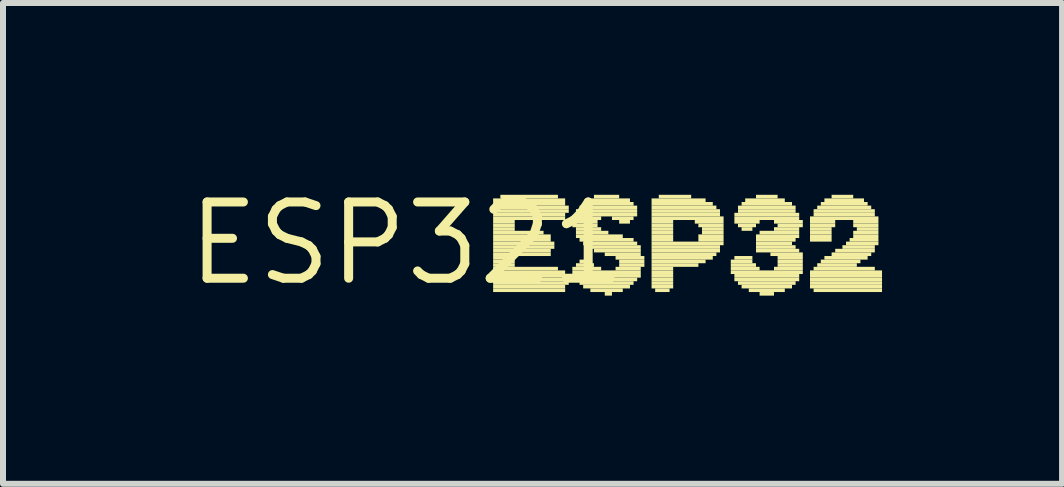
<source format=kicad_pcb>
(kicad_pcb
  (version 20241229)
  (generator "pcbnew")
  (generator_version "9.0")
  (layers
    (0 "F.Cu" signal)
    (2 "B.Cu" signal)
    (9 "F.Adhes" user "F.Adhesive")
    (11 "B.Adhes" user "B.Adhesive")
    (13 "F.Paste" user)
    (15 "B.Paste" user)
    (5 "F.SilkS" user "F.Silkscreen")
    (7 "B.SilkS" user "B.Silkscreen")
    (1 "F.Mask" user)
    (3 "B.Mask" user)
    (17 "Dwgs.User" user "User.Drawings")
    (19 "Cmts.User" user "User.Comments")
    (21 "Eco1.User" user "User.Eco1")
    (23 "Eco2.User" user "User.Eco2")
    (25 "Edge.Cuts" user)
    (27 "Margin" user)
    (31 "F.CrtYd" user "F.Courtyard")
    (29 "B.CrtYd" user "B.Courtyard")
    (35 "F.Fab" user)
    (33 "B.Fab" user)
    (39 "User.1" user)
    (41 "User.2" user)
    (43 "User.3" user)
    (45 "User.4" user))
  (footprint "ESP321"
    (layer "F.Cu")
    (at 3.727 1.006)
    (property "Reference" "ESP321" (at 0 0 0) (layer "F.SilkS") (effects (font (size 1.27 1.27) (thickness 0.15))))
    (attr through_hole)
    (fp_poly (pts (xy 1.44 -0.69) (xy 2.64 -0.69) (xy 2.64 -0.75) (xy 1.44 -0.75)) (stroke (width 0) (type solid)) (fill yes) (layer "F.SilkS"))
    (fp_poly (pts (xy 1.44 -0.63) (xy 2.64 -0.63) (xy 2.64 -0.69) (xy 1.44 -0.69)) (stroke (width 0) (type solid)) (fill yes) (layer "F.SilkS"))
    (fp_poly (pts (xy 1.44 -0.57) (xy 2.7 -0.57) (xy 2.7 -0.63) (xy 1.44 -0.63)) (stroke (width 0) (type solid)) (fill yes) (layer "F.SilkS"))
    (fp_poly (pts (xy 1.44 -0.51) (xy 2.7 -0.51) (xy 2.7 -0.57) (xy 1.44 -0.57)) (stroke (width 0) (type solid)) (fill yes) (layer "F.SilkS"))
    (fp_poly (pts (xy 1.44 -0.45) (xy 2.64 -0.45) (xy 2.64 -0.51) (xy 1.44 -0.51)) (stroke (width 0) (type solid)) (fill yes) (layer "F.SilkS"))
    (fp_poly (pts (xy 1.44 -0.39) (xy 2.64 -0.39) (xy 2.64 -0.45) (xy 1.44 -0.45)) (stroke (width 0) (type solid)) (fill yes) (layer "F.SilkS"))
    (fp_poly (pts (xy 1.44 -0.33) (xy 1.8 -0.33) (xy 1.8 -0.39) (xy 1.44 -0.39)) (stroke (width 0) (type solid)) (fill yes) (layer "F.SilkS"))
    (fp_poly (pts (xy 1.44 -0.27) (xy 1.8 -0.27) (xy 1.8 -0.33) (xy 1.44 -0.33)) (stroke (width 0) (type solid)) (fill yes) (layer "F.SilkS"))
    (fp_poly (pts (xy 1.44 -0.21) (xy 1.8 -0.21) (xy 1.8 -0.27) (xy 1.44 -0.27)) (stroke (width 0) (type solid)) (fill yes) (layer "F.SilkS"))
    (fp_poly (pts (xy 1.44 -0.15) (xy 2.28 -0.15) (xy 2.28 -0.21) (xy 1.44 -0.21)) (stroke (width 0) (type solid)) (fill yes) (layer "F.SilkS"))
    (fp_poly (pts (xy 1.44 -0.09) (xy 2.4 -0.09) (xy 2.4 -0.15) (xy 1.44 -0.15)) (stroke (width 0) (type solid)) (fill yes) (layer "F.SilkS"))
    (fp_poly (pts (xy 1.44 -0.03) (xy 2.4 -0.03) (xy 2.4 -0.09) (xy 1.44 -0.09)) (stroke (width 0) (type solid)) (fill yes) (layer "F.SilkS"))
    (fp_poly (pts (xy 1.44 0.03) (xy 2.46 0.03) (xy 2.46 -0.03) (xy 1.44 -0.03)) (stroke (width 0) (type solid)) (fill yes) (layer "F.SilkS"))
    (fp_poly (pts (xy 1.44 0.09) (xy 2.46 0.09) (xy 2.46 0.03) (xy 1.44 0.03)) (stroke (width 0) (type solid)) (fill yes) (layer "F.SilkS"))
    (fp_poly (pts (xy 1.44 0.15) (xy 2.4 0.15) (xy 2.4 0.09) (xy 1.44 0.09)) (stroke (width 0) (type solid)) (fill yes) (layer "F.SilkS"))
    (fp_poly (pts (xy 1.44 0.21) (xy 2.4 0.21) (xy 2.4 0.15) (xy 1.44 0.15)) (stroke (width 0) (type solid)) (fill yes) (layer "F.SilkS"))
    (fp_poly (pts (xy 1.44 0.27) (xy 1.8 0.27) (xy 1.8 0.21) (xy 1.44 0.21)) (stroke (width 0) (type solid)) (fill yes) (layer "F.SilkS"))
    (fp_poly (pts (xy 1.44 0.33) (xy 1.8 0.33) (xy 1.8 0.27) (xy 1.44 0.27)) (stroke (width 0) (type solid)) (fill yes) (layer "F.SilkS"))
    (fp_poly (pts (xy 1.44 0.39) (xy 1.8 0.39) (xy 1.8 0.33) (xy 1.44 0.33)) (stroke (width 0) (type solid)) (fill yes) (layer "F.SilkS"))
    (fp_poly (pts (xy 1.44 0.45) (xy 2.52 0.45) (xy 2.52 0.39) (xy 1.44 0.39)) (stroke (width 0) (type solid)) (fill yes) (layer "F.SilkS"))
    (fp_poly (pts (xy 1.44 0.51) (xy 2.64 0.51) (xy 2.64 0.45) (xy 1.44 0.45)) (stroke (width 0) (type solid)) (fill yes) (layer "F.SilkS"))
    (fp_poly (pts (xy 1.44 0.57) (xy 2.64 0.57) (xy 2.64 0.51) (xy 1.44 0.51)) (stroke (width 0) (type solid)) (fill yes) (layer "F.SilkS"))
    (fp_poly (pts (xy 1.44 0.63) (xy 2.7 0.63) (xy 2.7 0.57) (xy 1.44 0.57)) (stroke (width 0) (type solid)) (fill yes) (layer "F.SilkS"))
    (fp_poly (pts (xy 1.44 0.69) (xy 2.7 0.69) (xy 2.7 0.63) (xy 1.44 0.63)) (stroke (width 0) (type solid)) (fill yes) (layer "F.SilkS"))
    (fp_poly (pts (xy 1.44 0.75) (xy 2.64 0.75) (xy 2.64 0.69) (xy 1.44 0.69)) (stroke (width 0) (type solid)) (fill yes) (layer "F.SilkS"))
    (fp_poly (pts (xy 1.44 0.81) (xy 2.64 0.81) (xy 2.64 0.75) (xy 1.44 0.75)) (stroke (width 0) (type solid)) (fill yes) (layer "F.SilkS"))
    (fp_poly (pts (xy 1.56 -0.75) (xy 2.52 -0.75) (xy 2.52 -0.81) (xy 1.56 -0.81)) (stroke (width 0) (type solid)) (fill yes) (layer "F.SilkS"))
    (fp_poly (pts (xy 2.76 -0.27) (xy 3.18 -0.27) (xy 3.18 -0.33) (xy 2.76 -0.33)) (stroke (width 0) (type solid)) (fill yes) (layer "F.SilkS"))
    (fp_poly (pts (xy 2.76 0.45) (xy 3.24 0.45) (xy 3.24 0.39) (xy 2.76 0.39)) (stroke (width 0) (type solid)) (fill yes) (layer "F.SilkS"))
    (fp_poly (pts (xy 2.76 0.51) (xy 3.9 0.51) (xy 3.9 0.45) (xy 2.76 0.45)) (stroke (width 0) (type solid)) (fill yes) (layer "F.SilkS"))
    (fp_poly (pts (xy 2.76 0.57) (xy 3.9 0.57) (xy 3.9 0.51) (xy 2.76 0.51)) (stroke (width 0) (type solid)) (fill yes) (layer "F.SilkS"))
    (fp_poly (pts (xy 2.82 -0.51) (xy 3.84 -0.51) (xy 3.84 -0.57) (xy 2.82 -0.57)) (stroke (width 0) (type solid)) (fill yes) (layer "F.SilkS"))
    (fp_poly (pts (xy 2.82 -0.45) (xy 3.84 -0.45) (xy 3.84 -0.51) (xy 2.82 -0.51)) (stroke (width 0) (type solid)) (fill yes) (layer "F.SilkS"))
    (fp_poly (pts (xy 2.82 -0.39) (xy 3.24 -0.39) (xy 3.24 -0.45) (xy 2.82 -0.45)) (stroke (width 0) (type solid)) (fill yes) (layer "F.SilkS"))
    (fp_poly (pts (xy 2.82 -0.33) (xy 3.18 -0.33) (xy 3.18 -0.39) (xy 2.82 -0.39)) (stroke (width 0) (type solid)) (fill yes) (layer "F.SilkS"))
    (fp_poly (pts (xy 2.82 -0.21) (xy 3.24 -0.21) (xy 3.24 -0.27) (xy 2.82 -0.27)) (stroke (width 0) (type solid)) (fill yes) (layer "F.SilkS"))
    (fp_poly (pts (xy 2.82 -0.15) (xy 3.36 -0.15) (xy 3.36 -0.21) (xy 2.82 -0.21)) (stroke (width 0) (type solid)) (fill yes) (layer "F.SilkS"))
    (fp_poly (pts (xy 2.82 -0.09) (xy 3.6 -0.09) (xy 3.6 -0.15) (xy 2.82 -0.15)) (stroke (width 0) (type solid)) (fill yes) (layer "F.SilkS"))
    (fp_poly (pts (xy 2.82 0.39) (xy 3.12 0.39) (xy 3.12 0.33) (xy 2.82 0.33)) (stroke (width 0) (type solid)) (fill yes) (layer "F.SilkS"))
    (fp_poly (pts (xy 2.82 0.63) (xy 3.84 0.63) (xy 3.84 0.57) (xy 2.82 0.57)) (stroke (width 0) (type solid)) (fill yes) (layer "F.SilkS"))
    (fp_poly (pts (xy 2.88 -0.57) (xy 3.84 -0.57) (xy 3.84 -0.63) (xy 2.88 -0.63)) (stroke (width 0) (type solid)) (fill yes) (layer "F.SilkS"))
    (fp_poly (pts (xy 2.88 -0.03) (xy 3.78 -0.03) (xy 3.78 -0.09) (xy 2.88 -0.09)) (stroke (width 0) (type solid)) (fill yes) (layer "F.SilkS"))
    (fp_poly (pts (xy 2.88 0.33) (xy 3.06 0.33) (xy 3.06 0.27) (xy 2.88 0.27)) (stroke (width 0) (type solid)) (fill yes) (layer "F.SilkS"))
    (fp_poly (pts (xy 2.88 0.69) (xy 3.78 0.69) (xy 3.78 0.63) (xy 2.88 0.63)) (stroke (width 0) (type solid)) (fill yes) (layer "F.SilkS"))
    (fp_poly (pts (xy 2.94 -0.63) (xy 3.78 -0.63) (xy 3.78 -0.69) (xy 2.94 -0.69)) (stroke (width 0) (type solid)) (fill yes) (layer "F.SilkS"))
    (fp_poly (pts (xy 2.94 0.03) (xy 3.84 0.03) (xy 3.84 -0.03) (xy 2.94 -0.03)) (stroke (width 0) (type solid)) (fill yes) (layer "F.SilkS"))
    (fp_poly (pts (xy 2.94 0.75) (xy 3.72 0.75) (xy 3.72 0.69) (xy 2.94 0.69)) (stroke (width 0) (type solid)) (fill yes) (layer "F.SilkS"))
    (fp_poly (pts (xy 3 -0.69) (xy 3.72 -0.69) (xy 3.72 -0.75) (xy 3 -0.75)) (stroke (width 0) (type solid)) (fill yes) (layer "F.SilkS"))
    (fp_poly (pts (xy 3 0.09) (xy 3.9 0.09) (xy 3.9 0.03) (xy 3 0.03)) (stroke (width 0) (type solid)) (fill yes) (layer "F.SilkS"))
    (fp_poly (pts (xy 3.06 0.81) (xy 3.6 0.81) (xy 3.6 0.75) (xy 3.06 0.75)) (stroke (width 0) (type solid)) (fill yes) (layer "F.SilkS"))
    (fp_poly (pts (xy 3.12 -0.75) (xy 3.54 -0.75) (xy 3.54 -0.81) (xy 3.12 -0.81)) (stroke (width 0) (type solid)) (fill yes) (layer "F.SilkS"))
    (fp_poly (pts (xy 3.12 0.15) (xy 3.9 0.15) (xy 3.9 0.09) (xy 3.12 0.09)) (stroke (width 0) (type solid)) (fill yes) (layer "F.SilkS"))
    (fp_poly (pts (xy 3.3 0.21) (xy 3.9 0.21) (xy 3.9 0.15) (xy 3.3 0.15)) (stroke (width 0) (type solid)) (fill yes) (layer "F.SilkS"))
    (fp_poly (pts (xy 3.3 0.87) (xy 3.42 0.87) (xy 3.42 0.81) (xy 3.3 0.81)) (stroke (width 0) (type solid)) (fill yes) (layer "F.SilkS"))
    (fp_poly (pts (xy 3.42 -0.39) (xy 3.78 -0.39) (xy 3.78 -0.45) (xy 3.42 -0.45)) (stroke (width 0) (type solid)) (fill yes) (layer "F.SilkS"))
    (fp_poly (pts (xy 3.48 0.27) (xy 3.96 0.27) (xy 3.96 0.21) (xy 3.48 0.21)) (stroke (width 0) (type solid)) (fill yes) (layer "F.SilkS"))
    (fp_poly (pts (xy 3.48 0.45) (xy 3.9 0.45) (xy 3.9 0.39) (xy 3.48 0.39)) (stroke (width 0) (type solid)) (fill yes) (layer "F.SilkS"))
    (fp_poly (pts (xy 3.54 -0.33) (xy 3.72 -0.33) (xy 3.72 -0.39) (xy 3.54 -0.39)) (stroke (width 0) (type solid)) (fill yes) (layer "F.SilkS"))
    (fp_poly (pts (xy 3.54 0.33) (xy 3.96 0.33) (xy 3.96 0.27) (xy 3.54 0.27)) (stroke (width 0) (type solid)) (fill yes) (layer "F.SilkS"))
    (fp_poly (pts (xy 3.54 0.39) (xy 3.96 0.39) (xy 3.96 0.33) (xy 3.54 0.33)) (stroke (width 0) (type solid)) (fill yes) (layer "F.SilkS"))
    (fp_poly (pts (xy 4.08 -0.69) (xy 4.98 -0.69) (xy 4.98 -0.75) (xy 4.08 -0.75)) (stroke (width 0) (type solid)) (fill yes) (layer "F.SilkS"))
    (fp_poly (pts (xy 4.08 -0.63) (xy 5.1 -0.63) (xy 5.1 -0.69) (xy 4.08 -0.69)) (stroke (width 0) (type solid)) (fill yes) (layer "F.SilkS"))
    (fp_poly (pts (xy 4.08 -0.57) (xy 5.16 -0.57) (xy 5.16 -0.63) (xy 4.08 -0.63)) (stroke (width 0) (type solid)) (fill yes) (layer "F.SilkS"))
    (fp_poly (pts (xy 4.08 -0.51) (xy 5.22 -0.51) (xy 5.22 -0.57) (xy 4.08 -0.57)) (stroke (width 0) (type solid)) (fill yes) (layer "F.SilkS"))
    (fp_poly (pts (xy 4.08 -0.45) (xy 5.22 -0.45) (xy 5.22 -0.51) (xy 4.08 -0.51)) (stroke (width 0) (type solid)) (fill yes) (layer "F.SilkS"))
    (fp_poly (pts (xy 4.08 -0.39) (xy 5.28 -0.39) (xy 5.28 -0.45) (xy 4.08 -0.45)) (stroke (width 0) (type solid)) (fill yes) (layer "F.SilkS"))
    (fp_poly (pts (xy 4.08 -0.33) (xy 4.44 -0.33) (xy 4.44 -0.39) (xy 4.08 -0.39)) (stroke (width 0) (type solid)) (fill yes) (layer "F.SilkS"))
    (fp_poly (pts (xy 4.08 -0.27) (xy 4.44 -0.27) (xy 4.44 -0.33) (xy 4.08 -0.33)) (stroke (width 0) (type solid)) (fill yes) (layer "F.SilkS"))
    (fp_poly (pts (xy 4.08 -0.21) (xy 4.44 -0.21) (xy 4.44 -0.27) (xy 4.08 -0.27)) (stroke (width 0) (type solid)) (fill yes) (layer "F.SilkS"))
    (fp_poly (pts (xy 4.08 -0.15) (xy 4.44 -0.15) (xy 4.44 -0.21) (xy 4.08 -0.21)) (stroke (width 0) (type solid)) (fill yes) (layer "F.SilkS"))
    (fp_poly (pts (xy 4.08 -0.09) (xy 4.44 -0.09) (xy 4.44 -0.15) (xy 4.08 -0.15)) (stroke (width 0) (type solid)) (fill yes) (layer "F.SilkS"))
    (fp_poly (pts (xy 4.08 -0.03) (xy 4.44 -0.03) (xy 4.44 -0.09) (xy 4.08 -0.09)) (stroke (width 0) (type solid)) (fill yes) (layer "F.SilkS"))
    (fp_poly (pts (xy 4.08 0.03) (xy 5.28 0.03) (xy 5.28 -0.03) (xy 4.08 -0.03)) (stroke (width 0) (type solid)) (fill yes) (layer "F.SilkS"))
    (fp_poly (pts (xy 4.08 0.09) (xy 5.22 0.09) (xy 5.22 0.03) (xy 4.08 0.03)) (stroke (width 0) (type solid)) (fill yes) (layer "F.SilkS"))
    (fp_poly (pts (xy 4.08 0.15) (xy 5.22 0.15) (xy 5.22 0.09) (xy 4.08 0.09)) (stroke (width 0) (type solid)) (fill yes) (layer "F.SilkS"))
    (fp_poly (pts (xy 4.08 0.21) (xy 5.16 0.21) (xy 5.16 0.15) (xy 4.08 0.15)) (stroke (width 0) (type solid)) (fill yes) (layer "F.SilkS"))
    (fp_poly (pts (xy 4.08 0.27) (xy 5.1 0.27) (xy 5.1 0.21) (xy 4.08 0.21)) (stroke (width 0) (type solid)) (fill yes) (layer "F.SilkS"))
    (fp_poly (pts (xy 4.08 0.33) (xy 4.98 0.33) (xy 4.98 0.27) (xy 4.08 0.27)) (stroke (width 0) (type solid)) (fill yes) (layer "F.SilkS"))
    (fp_poly (pts (xy 4.08 0.39) (xy 4.86 0.39) (xy 4.86 0.33) (xy 4.08 0.33)) (stroke (width 0) (type solid)) (fill yes) (layer "F.SilkS"))
    (fp_poly (pts (xy 4.08 0.45) (xy 4.44 0.45) (xy 4.44 0.39) (xy 4.08 0.39)) (stroke (width 0) (type solid)) (fill yes) (layer "F.SilkS"))
    (fp_poly (pts (xy 4.08 0.51) (xy 4.44 0.51) (xy 4.44 0.45) (xy 4.08 0.45)) (stroke (width 0) (type solid)) (fill yes) (layer "F.SilkS"))
    (fp_poly (pts (xy 4.08 0.57) (xy 4.44 0.57) (xy 4.44 0.51) (xy 4.08 0.51)) (stroke (width 0) (type solid)) (fill yes) (layer "F.SilkS"))
    (fp_poly (pts (xy 4.08 0.63) (xy 4.44 0.63) (xy 4.44 0.57) (xy 4.08 0.57)) (stroke (width 0) (type solid)) (fill yes) (layer "F.SilkS"))
    (fp_poly (pts (xy 4.08 0.69) (xy 4.44 0.69) (xy 4.44 0.63) (xy 4.08 0.63)) (stroke (width 0) (type solid)) (fill yes) (layer "F.SilkS"))
    (fp_poly (pts (xy 4.08 0.75) (xy 4.44 0.75) (xy 4.44 0.69) (xy 4.08 0.69)) (stroke (width 0) (type solid)) (fill yes) (layer "F.SilkS"))
    (fp_poly (pts (xy 4.14 0.81) (xy 4.38 0.81) (xy 4.38 0.75) (xy 4.14 0.75)) (stroke (width 0) (type solid)) (fill yes) (layer "F.SilkS"))
    (fp_poly (pts (xy 4.2 -0.75) (xy 4.74 -0.75) (xy 4.74 -0.81) (xy 4.2 -0.81)) (stroke (width 0) (type solid)) (fill yes) (layer "F.SilkS"))
    (fp_poly (pts (xy 4.8 -0.33) (xy 5.28 -0.33) (xy 5.28 -0.39) (xy 4.8 -0.39)) (stroke (width 0) (type solid)) (fill yes) (layer "F.SilkS"))
    (fp_poly (pts (xy 4.86 -0.27) (xy 5.28 -0.27) (xy 5.28 -0.33) (xy 4.86 -0.33)) (stroke (width 0) (type solid)) (fill yes) (layer "F.SilkS"))
    (fp_poly (pts (xy 4.86 -0.09) (xy 5.28 -0.09) (xy 5.28 -0.15) (xy 4.86 -0.15)) (stroke (width 0) (type solid)) (fill yes) (layer "F.SilkS"))
    (fp_poly (pts (xy 4.86 -0.03) (xy 5.28 -0.03) (xy 5.28 -0.09) (xy 4.86 -0.09)) (stroke (width 0) (type solid)) (fill yes) (layer "F.SilkS"))
    (fp_poly (pts (xy 4.92 -0.21) (xy 5.28 -0.21) (xy 5.28 -0.27) (xy 4.92 -0.27)) (stroke (width 0) (type solid)) (fill yes) (layer "F.SilkS"))
    (fp_poly (pts (xy 4.92 -0.15) (xy 5.28 -0.15) (xy 5.28 -0.21) (xy 4.92 -0.21)) (stroke (width 0) (type solid)) (fill yes) (layer "F.SilkS"))
    (fp_poly (pts (xy 5.4 0.33) (xy 5.76 0.33) (xy 5.76 0.27) (xy 5.4 0.27)) (stroke (width 0) (type solid)) (fill yes) (layer "F.SilkS"))
    (fp_poly (pts (xy 5.4 0.39) (xy 5.82 0.39) (xy 5.82 0.33) (xy 5.4 0.33)) (stroke (width 0) (type solid)) (fill yes) (layer "F.SilkS"))
    (fp_poly (pts (xy 5.4 0.45) (xy 5.88 0.45) (xy 5.88 0.39) (xy 5.4 0.39)) (stroke (width 0) (type solid)) (fill yes) (layer "F.SilkS"))
    (fp_poly (pts (xy 5.4 0.51) (xy 6.6 0.51) (xy 6.6 0.45) (xy 5.4 0.45)) (stroke (width 0) (type solid)) (fill yes) (layer "F.SilkS"))
    (fp_poly (pts (xy 5.46 -0.45) (xy 6.54 -0.45) (xy 6.54 -0.51) (xy 5.46 -0.51)) (stroke (width 0) (type solid)) (fill yes) (layer "F.SilkS"))
    (fp_poly (pts (xy 5.46 -0.39) (xy 6.54 -0.39) (xy 6.54 -0.45) (xy 5.46 -0.45)) (stroke (width 0) (type solid)) (fill yes) (layer "F.SilkS"))
    (fp_poly (pts (xy 5.46 -0.33) (xy 5.88 -0.33) (xy 5.88 -0.39) (xy 5.46 -0.39)) (stroke (width 0) (type solid)) (fill yes) (layer "F.SilkS"))
    (fp_poly (pts (xy 5.46 0.27) (xy 5.76 0.27) (xy 5.76 0.21) (xy 5.46 0.21)) (stroke (width 0) (type solid)) (fill yes) (layer "F.SilkS"))
    (fp_poly (pts (xy 5.46 0.57) (xy 6.54 0.57) (xy 6.54 0.51) (xy 5.46 0.51)) (stroke (width 0) (type solid)) (fill yes) (layer "F.SilkS"))
    (fp_poly (pts (xy 5.46 0.63) (xy 6.54 0.63) (xy 6.54 0.57) (xy 5.46 0.57)) (stroke (width 0) (type solid)) (fill yes) (layer "F.SilkS"))
    (fp_poly (pts (xy 5.52 -0.57) (xy 6.48 -0.57) (xy 6.48 -0.63) (xy 5.52 -0.63)) (stroke (width 0) (type solid)) (fill yes) (layer "F.SilkS"))
    (fp_poly (pts (xy 5.52 -0.51) (xy 6.48 -0.51) (xy 6.48 -0.57) (xy 5.52 -0.57)) (stroke (width 0) (type solid)) (fill yes) (layer "F.SilkS"))
    (fp_poly (pts (xy 5.52 -0.27) (xy 5.82 -0.27) (xy 5.82 -0.33) (xy 5.52 -0.33)) (stroke (width 0) (type solid)) (fill yes) (layer "F.SilkS"))
    (fp_poly (pts (xy 5.52 0.69) (xy 6.48 0.69) (xy 6.48 0.63) (xy 5.52 0.63)) (stroke (width 0) (type solid)) (fill yes) (layer "F.SilkS"))
    (fp_poly (pts (xy 5.58 -0.63) (xy 6.42 -0.63) (xy 6.42 -0.69) (xy 5.58 -0.69)) (stroke (width 0) (type solid)) (fill yes) (layer "F.SilkS"))
    (fp_poly (pts (xy 5.58 -0.21) (xy 5.76 -0.21) (xy 5.76 -0.27) (xy 5.58 -0.27)) (stroke (width 0) (type solid)) (fill yes) (layer "F.SilkS"))
    (fp_poly (pts (xy 5.58 0.75) (xy 6.42 0.75) (xy 6.42 0.69) (xy 5.58 0.69)) (stroke (width 0) (type solid)) (fill yes) (layer "F.SilkS"))
    (fp_poly (pts (xy 5.64 -0.69) (xy 6.3 -0.69) (xy 6.3 -0.75) (xy 5.64 -0.75)) (stroke (width 0) (type solid)) (fill yes) (layer "F.SilkS"))
    (fp_poly (pts (xy 5.7 0.81) (xy 6.3 0.81) (xy 6.3 0.75) (xy 5.7 0.75)) (stroke (width 0) (type solid)) (fill yes) (layer "F.SilkS"))
    (fp_poly (pts (xy 5.82 -0.75) (xy 6.18 -0.75) (xy 6.18 -0.81) (xy 5.82 -0.81)) (stroke (width 0) (type solid)) (fill yes) (layer "F.SilkS"))
    (fp_poly (pts (xy 5.82 -0.09) (xy 6.54 -0.09) (xy 6.54 -0.15) (xy 5.82 -0.15)) (stroke (width 0) (type solid)) (fill yes) (layer "F.SilkS"))
    (fp_poly (pts (xy 5.82 -0.03) (xy 6.48 -0.03) (xy 6.48 -0.09) (xy 5.82 -0.09)) (stroke (width 0) (type solid)) (fill yes) (layer "F.SilkS"))
    (fp_poly (pts (xy 5.82 0.03) (xy 6.42 0.03) (xy 6.42 -0.03) (xy 5.82 -0.03)) (stroke (width 0) (type solid)) (fill yes) (layer "F.SilkS"))
    (fp_poly (pts (xy 5.82 0.09) (xy 6.48 0.09) (xy 6.48 0.03) (xy 5.82 0.03)) (stroke (width 0) (type solid)) (fill yes) (layer "F.SilkS"))
    (fp_poly (pts (xy 5.82 0.15) (xy 6.54 0.15) (xy 6.54 0.09) (xy 5.82 0.09)) (stroke (width 0) (type solid)) (fill yes) (layer "F.SilkS"))
    (fp_poly (pts (xy 5.88 -0.15) (xy 6.54 -0.15) (xy 6.54 -0.21) (xy 5.88 -0.21)) (stroke (width 0) (type solid)) (fill yes) (layer "F.SilkS"))
    (fp_poly (pts (xy 5.88 0.87) (xy 6.12 0.87) (xy 6.12 0.81) (xy 5.88 0.81)) (stroke (width 0) (type solid)) (fill yes) (layer "F.SilkS"))
    (fp_poly (pts (xy 6.06 0.21) (xy 6.6 0.21) (xy 6.6 0.15) (xy 6.06 0.15)) (stroke (width 0) (type solid)) (fill yes) (layer "F.SilkS"))
    (fp_poly (pts (xy 6.12 -0.33) (xy 6.6 -0.33) (xy 6.6 -0.39) (xy 6.12 -0.39)) (stroke (width 0) (type solid)) (fill yes) (layer "F.SilkS"))
    (fp_poly (pts (xy 6.12 -0.21) (xy 6.54 -0.21) (xy 6.54 -0.27) (xy 6.12 -0.27)) (stroke (width 0) (type solid)) (fill yes) (layer "F.SilkS"))
    (fp_poly (pts (xy 6.12 0.45) (xy 6.6 0.45) (xy 6.6 0.39) (xy 6.12 0.39)) (stroke (width 0) (type solid)) (fill yes) (layer "F.SilkS"))
    (fp_poly (pts (xy 6.18 -0.27) (xy 6.6 -0.27) (xy 6.6 -0.33) (xy 6.18 -0.33)) (stroke (width 0) (type solid)) (fill yes) (layer "F.SilkS"))
    (fp_poly (pts (xy 6.18 0.27) (xy 6.6 0.27) (xy 6.6 0.21) (xy 6.18 0.21)) (stroke (width 0) (type solid)) (fill yes) (layer "F.SilkS"))
    (fp_poly (pts (xy 6.18 0.33) (xy 6.6 0.33) (xy 6.6 0.27) (xy 6.18 0.27)) (stroke (width 0) (type solid)) (fill yes) (layer "F.SilkS"))
    (fp_poly (pts (xy 6.18 0.39) (xy 6.6 0.39) (xy 6.6 0.33) (xy 6.18 0.33)) (stroke (width 0) (type solid)) (fill yes) (layer "F.SilkS"))
    (fp_poly (pts (xy 6.72 -0.39) (xy 7.86 -0.39) (xy 7.86 -0.45) (xy 6.72 -0.45)) (stroke (width 0) (type solid)) (fill yes) (layer "F.SilkS"))
    (fp_poly (pts (xy 6.72 -0.33) (xy 7.14 -0.33) (xy 7.14 -0.39) (xy 6.72 -0.39)) (stroke (width 0) (type solid)) (fill yes) (layer "F.SilkS"))
    (fp_poly (pts (xy 6.72 -0.27) (xy 7.14 -0.27) (xy 7.14 -0.33) (xy 6.72 -0.33)) (stroke (width 0) (type solid)) (fill yes) (layer "F.SilkS"))
    (fp_poly (pts (xy 6.72 -0.21) (xy 7.08 -0.21) (xy 7.08 -0.27) (xy 6.72 -0.27)) (stroke (width 0) (type solid)) (fill yes) (layer "F.SilkS"))
    (fp_poly (pts (xy 6.72 -0.15) (xy 7.08 -0.15) (xy 7.08 -0.21) (xy 6.72 -0.21)) (stroke (width 0) (type solid)) (fill yes) (layer "F.SilkS"))
    (fp_poly (pts (xy 6.72 -0.09) (xy 7.08 -0.09) (xy 7.08 -0.15) (xy 6.72 -0.15)) (stroke (width 0) (type solid)) (fill yes) (layer "F.SilkS"))
    (fp_poly (pts (xy 6.72 -0.03) (xy 7.08 -0.03) (xy 7.08 -0.09) (xy 6.72 -0.09)) (stroke (width 0) (type solid)) (fill yes) (layer "F.SilkS"))
    (fp_poly (pts (xy 6.72 0.51) (xy 7.92 0.51) (xy 7.92 0.45) (xy 6.72 0.45)) (stroke (width 0) (type solid)) (fill yes) (layer "F.SilkS"))
    (fp_poly (pts (xy 6.72 0.57) (xy 7.92 0.57) (xy 7.92 0.51) (xy 6.72 0.51)) (stroke (width 0) (type solid)) (fill yes) (layer "F.SilkS"))
    (fp_poly (pts (xy 6.72 0.63) (xy 7.92 0.63) (xy 7.92 0.57) (xy 6.72 0.57)) (stroke (width 0) (type solid)) (fill yes) (layer "F.SilkS"))
    (fp_poly (pts (xy 6.72 0.69) (xy 7.92 0.69) (xy 7.92 0.63) (xy 6.72 0.63)) (stroke (width 0) (type solid)) (fill yes) (layer "F.SilkS"))
    (fp_poly (pts (xy 6.72 0.75) (xy 7.92 0.75) (xy 7.92 0.69) (xy 6.72 0.69)) (stroke (width 0) (type solid)) (fill yes) (layer "F.SilkS"))
    (fp_poly (pts (xy 6.78 -0.51) (xy 7.8 -0.51) (xy 7.8 -0.57) (xy 6.78 -0.57)) (stroke (width 0) (type solid)) (fill yes) (layer "F.SilkS"))
    (fp_poly (pts (xy 6.78 -0.45) (xy 7.8 -0.45) (xy 7.8 -0.51) (xy 6.78 -0.51)) (stroke (width 0) (type solid)) (fill yes) (layer "F.SilkS"))
    (fp_poly (pts (xy 6.78 0.45) (xy 7.8 0.45) (xy 7.8 0.39) (xy 6.78 0.39)) (stroke (width 0) (type solid)) (fill yes) (layer "F.SilkS"))
    (fp_poly (pts (xy 6.78 0.81) (xy 7.92 0.81) (xy 7.92 0.75) (xy 6.78 0.75)) (stroke (width 0) (type solid)) (fill yes) (layer "F.SilkS"))
    (fp_poly (pts (xy 6.84 -0.57) (xy 7.74 -0.57) (xy 7.74 -0.63) (xy 6.84 -0.63)) (stroke (width 0) (type solid)) (fill yes) (layer "F.SilkS"))
    (fp_poly (pts (xy 6.84 0.39) (xy 7.5 0.39) (xy 7.5 0.33) (xy 6.84 0.33)) (stroke (width 0) (type solid)) (fill yes) (layer "F.SilkS"))
    (fp_poly (pts (xy 6.9 -0.63) (xy 7.68 -0.63) (xy 7.68 -0.69) (xy 6.9 -0.69)) (stroke (width 0) (type solid)) (fill yes) (layer "F.SilkS"))
    (fp_poly (pts (xy 6.9 0.33) (xy 7.56 0.33) (xy 7.56 0.27) (xy 6.9 0.27)) (stroke (width 0) (type solid)) (fill yes) (layer "F.SilkS"))
    (fp_poly (pts (xy 6.96 -0.69) (xy 7.62 -0.69) (xy 7.62 -0.75) (xy 6.96 -0.75)) (stroke (width 0) (type solid)) (fill yes) (layer "F.SilkS"))
    (fp_poly (pts (xy 6.96 0.27) (xy 7.68 0.27) (xy 7.68 0.21) (xy 6.96 0.21)) (stroke (width 0) (type solid)) (fill yes) (layer "F.SilkS"))
    (fp_poly (pts (xy 7.08 -0.75) (xy 7.44 -0.75) (xy 7.44 -0.81) (xy 7.08 -0.81)) (stroke (width 0) (type solid)) (fill yes) (layer "F.SilkS"))
    (fp_poly (pts (xy 7.08 0.21) (xy 7.74 0.21) (xy 7.74 0.15) (xy 7.08 0.15)) (stroke (width 0) (type solid)) (fill yes) (layer "F.SilkS"))
    (fp_poly (pts (xy 7.14 0.15) (xy 7.8 0.15) (xy 7.8 0.09) (xy 7.14 0.09)) (stroke (width 0) (type solid)) (fill yes) (layer "F.SilkS"))
    (fp_poly (pts (xy 7.26 0.09) (xy 7.8 0.09) (xy 7.8 0.03) (xy 7.26 0.03)) (stroke (width 0) (type solid)) (fill yes) (layer "F.SilkS"))
    (fp_poly (pts (xy 7.32 0.03) (xy 7.86 0.03) (xy 7.86 -0.03) (xy 7.32 -0.03)) (stroke (width 0) (type solid)) (fill yes) (layer "F.SilkS"))
    (fp_poly (pts (xy 7.38 -0.03) (xy 7.86 -0.03) (xy 7.86 -0.09) (xy 7.38 -0.09)) (stroke (width 0) (type solid)) (fill yes) (layer "F.SilkS"))
    (fp_poly (pts (xy 7.44 -0.33) (xy 7.86 -0.33) (xy 7.86 -0.39) (xy 7.44 -0.39)) (stroke (width 0) (type solid)) (fill yes) (layer "F.SilkS"))
    (fp_poly (pts (xy 7.44 -0.27) (xy 7.86 -0.27) (xy 7.86 -0.33) (xy 7.44 -0.33)) (stroke (width 0) (type solid)) (fill yes) (layer "F.SilkS"))
    (fp_poly (pts (xy 7.44 -0.15) (xy 7.86 -0.15) (xy 7.86 -0.21) (xy 7.44 -0.21)) (stroke (width 0) (type solid)) (fill yes) (layer "F.SilkS"))
    (fp_poly (pts (xy 7.44 -0.09) (xy 7.86 -0.09) (xy 7.86 -0.15) (xy 7.44 -0.15)) (stroke (width 0) (type solid)) (fill yes) (layer "F.SilkS"))
    (fp_poly (pts (xy 7.5 -0.21) (xy 7.86 -0.21) (xy 7.86 -0.27) (xy 7.5 -0.27)) (stroke (width 0) (type solid)) (fill yes) (layer "F.SilkS")))
  (gr_rect
    (start -3 -3)
    (end 14.647 5.012)
    (stroke (width 0.1) (type default))
    (fill no)
    (layer "Edge.Cuts")))
</source>
